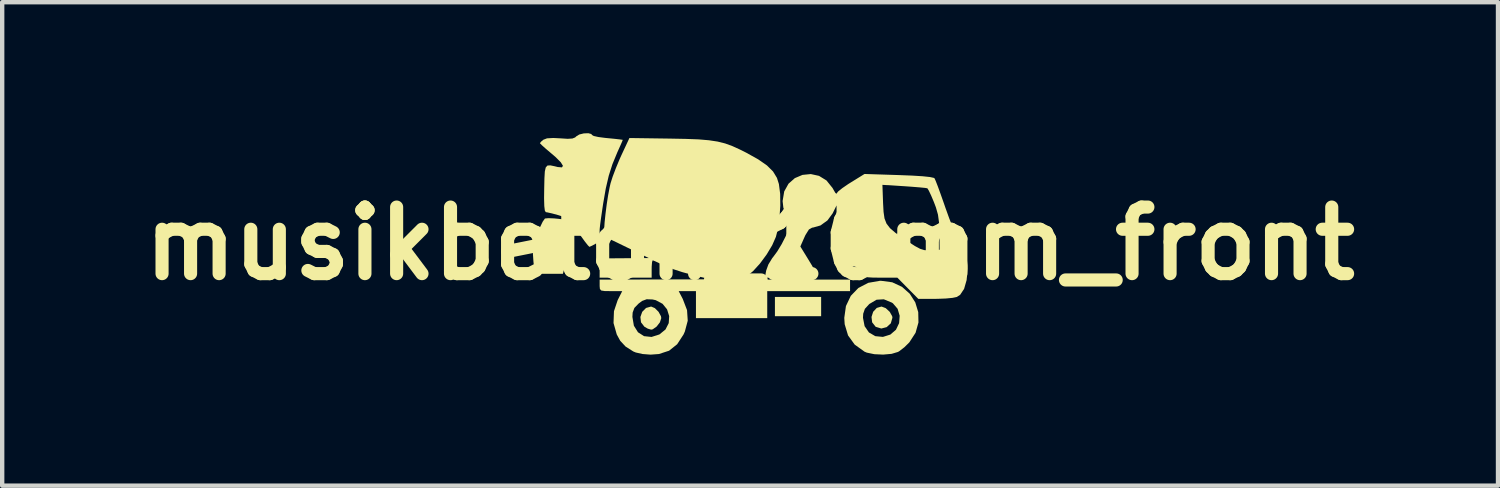
<source format=kicad_pcb>
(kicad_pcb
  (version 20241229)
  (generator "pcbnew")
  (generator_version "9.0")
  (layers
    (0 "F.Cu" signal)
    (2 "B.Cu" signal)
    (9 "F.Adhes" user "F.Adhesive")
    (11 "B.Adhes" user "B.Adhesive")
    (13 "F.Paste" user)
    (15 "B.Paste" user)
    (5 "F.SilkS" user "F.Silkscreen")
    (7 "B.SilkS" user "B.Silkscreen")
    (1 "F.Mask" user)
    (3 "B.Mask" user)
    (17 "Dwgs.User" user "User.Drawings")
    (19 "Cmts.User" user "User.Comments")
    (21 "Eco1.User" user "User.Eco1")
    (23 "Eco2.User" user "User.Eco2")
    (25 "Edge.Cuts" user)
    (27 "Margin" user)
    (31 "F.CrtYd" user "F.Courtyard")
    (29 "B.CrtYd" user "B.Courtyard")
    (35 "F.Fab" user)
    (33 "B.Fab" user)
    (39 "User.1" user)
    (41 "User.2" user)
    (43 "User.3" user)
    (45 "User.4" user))
  (footprint "musikbeton_10mm_front"
    (layer "F.Cu")
    (at 14.122 2.525)
    (property "Reference" "musikbeton_10mm_front" (at 0 0 0) (layer "F.SilkS") (effects (font (size 1.524 1.524) (thickness 0.3))))
    (attr board_only exclude_from_pos_files exclude_from_bom)
    (fp_poly (pts (xy 1.627 1.664) (xy 0.569 1.664) (xy 0.569 1.223) (xy 1.627 1.223)) (stroke (width 0) (type solid)) (fill yes) (layer "F.SilkS"))
    (fp_poly (pts (xy 3.105 1.479) (xy 3.198 1.565) (xy 3.254 1.666) (xy 3.259 1.699) (xy 3.222 1.827) (xy 3.128 1.914) (xy 3.005 1.946) (xy 2.879 1.908) (xy 2.872 1.903) (xy 2.795 1.805) (xy 2.78 1.682) (xy 2.818 1.563) (xy 2.901 1.474) (xy 3.009 1.443)) (stroke (width 0) (type solid)) (fill yes) (layer "F.SilkS"))
    (fp_poly (pts (xy -2.18 1.479) (xy -2.095 1.564) (xy -2.04 1.665) (xy -2.033 1.708) (xy -2.064 1.804) (xy -2.139 1.901) (xy -2.228 1.964) (xy -2.265 1.972) (xy -2.342 1.949) (xy -2.42 1.904) (xy -2.497 1.804) (xy -2.511 1.682) (xy -2.469 1.564) (xy -2.381 1.475) (xy -2.265 1.443)) (stroke (width 0) (type solid)) (fill yes) (layer "F.SilkS"))
    (fp_poly (pts (xy -4.489 -0.575) (xy -4.394 -0.566) (xy -4.155 -0.536) (xy -4.116 -0.307) (xy -4.103 -0.043) (xy -4.132 0.12) (xy -4.18 0.293) (xy -4.227 0.472) (xy -4.236 0.506) (xy -4.285 0.693) (xy -4.931 0.693) (xy -4.96 0.406) (xy -4.971 0.24) (xy -4.962 0.1) (xy -4.926 -0.051) (xy -4.871 -0.215) (xy -4.808 -0.375) (xy -4.748 -0.499) (xy -4.701 -0.567) (xy -4.693 -0.573) (xy -4.618 -0.58)) (stroke (width 0) (type solid)) (fill yes) (layer "F.SilkS"))
    (fp_poly (pts (xy 3.255 0.888) (xy 3.478 0.992) (xy 3.655 1.149) (xy 3.782 1.347) (xy 3.85 1.571) (xy 3.855 1.808) (xy 3.789 2.043) (xy 3.647 2.262) (xy 3.535 2.373) (xy 3.42 2.462) (xy 3.387 2.482) (xy 3.24 2.526) (xy 3.047 2.543) (xy 2.845 2.534) (xy 2.673 2.498) (xy 2.62 2.476) (xy 2.395 2.314) (xy 2.243 2.104) (xy 2.166 1.848) (xy 2.157 1.707) (xy 2.157 1.7) (xy 2.585 1.7) (xy 2.622 1.892) (xy 2.721 2.036) (xy 2.867 2.121) (xy 3.041 2.138) (xy 3.211 2.085) (xy 3.34 1.974) (xy 3.412 1.823) (xy 3.425 1.655) (xy 3.378 1.495) (xy 3.27 1.369) (xy 3.246 1.353) (xy 3.062 1.277) (xy 2.895 1.287) (xy 2.733 1.383) (xy 2.724 1.391) (xy 2.629 1.495) (xy 2.59 1.607) (xy 2.585 1.7) (xy 2.157 1.7) (xy 2.195 1.431) (xy 2.306 1.198) (xy 2.479 1.018) (xy 2.706 0.9) (xy 2.977 0.853) (xy 2.994 0.853)) (stroke (width 0) (type solid)) (fill yes) (layer "F.SilkS"))
    (fp_poly (pts (xy -3.634 -2.507) (xy -3.62 -2.485) (xy -3.58 -2.462) (xy -3.472 -2.438) (xy -3.318 -2.418) (xy -3.267 -2.413) (xy -3.104 -2.397) (xy -2.981 -2.383) (xy -2.918 -2.374) (xy -2.915 -2.372) (xy -2.931 -2.33) (xy -2.976 -2.228) (xy -3.039 -2.088) (xy -3.048 -2.066) (xy -3.152 -1.814) (xy -3.235 -1.553) (xy -3.304 -1.257) (xy -3.365 -0.904) (xy -3.381 -0.796) (xy -3.413 -0.576) (xy -3.433 -0.426) (xy -3.443 -0.328) (xy -3.445 -0.266) (xy -3.439 -0.221) (xy -3.426 -0.177) (xy -3.423 -0.166) (xy -3.424 -0.09) (xy -3.494 -0.021) (xy -3.525 -0.001) (xy -3.62 0.051) (xy -3.677 0.076) (xy -3.679 0.076) (xy -3.713 0.042) (xy -3.784 -0.048) (xy -3.879 -0.179) (xy -3.93 -0.253) (xy -4.044 -0.413) (xy -4.131 -0.516) (xy -4.212 -0.58) (xy -4.307 -0.623) (xy -4.392 -0.65) (xy -4.531 -0.688) (xy -4.638 -0.712) (xy -4.676 -0.718) (xy -4.698 -0.751) (xy -4.711 -0.856) (xy -4.716 -1.038) (xy -4.713 -1.258) (xy -4.708 -1.491) (xy -4.699 -1.648) (xy -4.678 -1.741) (xy -4.639 -1.785) (xy -4.572 -1.789) (xy -4.471 -1.768) (xy -4.403 -1.751) (xy -4.307 -1.743) (xy -4.284 -1.779) (xy -4.332 -1.858) (xy -4.449 -1.976) (xy -4.547 -2.06) (xy -4.671 -2.165) (xy -4.764 -2.248) (xy -4.809 -2.294) (xy -4.811 -2.298) (xy -4.78 -2.336) (xy -4.734 -2.375) (xy -4.649 -2.408) (xy -4.505 -2.416) (xy -4.347 -2.408) (xy -4.175 -2.397) (xy -4.067 -2.404) (xy -4.004 -2.429) (xy -3.978 -2.454) (xy -3.909 -2.496) (xy -3.807 -2.521) (xy -3.704 -2.525)) (stroke (width 0) (type solid)) (fill yes) (layer "F.SilkS"))
    (fp_poly (pts (xy -1.835 -2.402) (xy -1.471 -2.395) (xy -1.178 -2.384) (xy -0.942 -2.364) (xy -0.744 -2.334) (xy -0.571 -2.291) (xy -0.404 -2.23) (xy -0.229 -2.15) (xy -0.087 -2.079) (xy 0.187 -1.926) (xy 0.387 -1.787) (xy 0.526 -1.649) (xy 0.615 -1.503) (xy 0.66 -1.362) (xy 0.689 -1.137) (xy 0.692 -0.863) (xy 0.672 -0.574) (xy 0.63 -0.304) (xy 0.591 -0.152) (xy 0.507 0.039) (xy 0.379 0.252) (xy 0.227 0.458) (xy 0.069 0.632) (xy -0.044 0.725) (xy -0.194 0.826) (xy 2.289 0.826) (xy 2.289 1.09) (xy 0.393 1.09) (xy 0.393 1.708) (xy -1.239 1.708) (xy -1.239 1.09) (xy -1.634 1.09) (xy -1.541 1.269) (xy -1.443 1.525) (xy -1.427 1.768) (xy -1.493 2.015) (xy -1.523 2.082) (xy -1.669 2.306) (xy -1.854 2.454) (xy -2.087 2.53) (xy -2.279 2.544) (xy -2.46 2.53) (xy -2.616 2.495) (xy -2.672 2.472) (xy -2.85 2.359) (xy -2.972 2.228) (xy -3.052 2.082) (xy -3.126 1.821) (xy -3.121 1.68) (xy -2.694 1.68) (xy -2.66 1.882) (xy -2.566 2.032) (xy -2.427 2.121) (xy -2.256 2.139) (xy -2.076 2.082) (xy -1.936 1.968) (xy -1.862 1.822) (xy -1.852 1.662) (xy -1.9 1.508) (xy -2.004 1.38) (xy -2.16 1.297) (xy -2.233 1.281) (xy -2.368 1.276) (xy -2.472 1.315) (xy -2.553 1.376) (xy -2.649 1.475) (xy -2.688 1.58) (xy -2.694 1.68) (xy -3.121 1.68) (xy -3.116 1.549) (xy -3.031 1.296) (xy -2.927 1.09) (xy -3.185 1.09) (xy -3.33 1.088) (xy -3.407 1.076) (xy -3.438 1.041) (xy -3.444 0.975) (xy -3.444 0.958) (xy -3.444 0.826) (xy -2.176 0.823) (xy -0.908 0.82) (xy -1.338 0.714) (xy -1.551 0.655) (xy -1.76 0.587) (xy -1.931 0.522) (xy -1.987 0.496) (xy -2.111 0.435) (xy -2.201 0.395) (xy -2.23 0.385) (xy -2.244 0.424) (xy -2.252 0.524) (xy -2.253 0.583) (xy -2.253 0.782) (xy -3.444 0.782) (xy -3.444 0.341) (xy -2.882 0.337) (xy -2.319 0.333) (xy -2.804 0.096) (xy -2.995 0.003) (xy -3.157 -0.075) (xy -3.274 -0.131) (xy -3.329 -0.156) (xy -3.33 -0.156) (xy -3.342 -0.204) (xy -3.341 -0.32) (xy -3.33 -0.486) (xy -3.309 -0.685) (xy -3.282 -0.896) (xy -3.25 -1.103) (xy -3.215 -1.287) (xy -3.194 -1.379) (xy -3.146 -1.53) (xy -3.072 -1.726) (xy -2.985 -1.935) (xy -2.947 -2.019) (xy -2.762 -2.415)) (stroke (width 0) (type solid)) (fill yes) (layer "F.SilkS"))
    (fp_poly (pts (xy 3.402 -1.567) (xy 3.709 -1.555) (xy 3.95 -1.54) (xy 4.119 -1.522) (xy 4.209 -1.502) (xy 4.222 -1.494) (xy 4.248 -1.437) (xy 4.297 -1.312) (xy 4.361 -1.136) (xy 4.436 -0.924) (xy 4.469 -0.828) (xy 4.557 -0.583) (xy 4.65 -0.344) (xy 4.74 -0.135) (xy 4.814 0.02) (xy 4.829 0.046) (xy 4.916 0.209) (xy 4.961 0.345) (xy 4.978 0.499) (xy 4.979 0.581) (xy 4.958 0.836) (xy 4.9 1.038) (xy 4.809 1.175) (xy 4.732 1.224) (xy 4.637 1.244) (xy 4.483 1.259) (xy 4.297 1.266) (xy 4.236 1.267) (xy 3.851 1.267) (xy 3.372 0.782) (xy 2.994 0.782) (xy 2.811 0.78) (xy 2.695 0.773) (xy 2.625 0.752) (xy 2.58 0.713) (xy 2.538 0.649) (xy 2.442 0.543) (xy 2.358 0.517) (xy 2.239 0.508) (xy 2.118 0.489) (xy 1.98 0.462) (xy 1.98 -0.205) (xy 1.98 -0.872) (xy 1.889 -0.688) (xy 1.771 -0.528) (xy 1.611 -0.413) (xy 1.437 -0.364) (xy 1.422 -0.364) (xy 1.347 -0.321) (xy 1.267 -0.193) (xy 1.246 -0.147) (xy 1.151 0.068) (xy 1.323 0.348) (xy 1.423 0.513) (xy 1.481 0.63) (xy 1.489 0.707) (xy 1.439 0.752) (xy 1.322 0.774) (xy 1.132 0.781) (xy 0.917 0.782) (xy 0.339 0.782) (xy 0.369 0.618) (xy 0.419 0.48) (xy 0.506 0.337) (xy 0.536 0.299) (xy 0.624 0.179) (xy 0.724 0.013) (xy 0.813 -0.161) (xy 0.955 -0.466) (xy 0.85 -0.62) (xy 0.762 -0.819) (xy 0.745 -0.972) (xy 0.782 -1.193) (xy 0.88 -1.369) (xy 1.025 -1.497) (xy 1.2 -1.571) (xy 1.39 -1.59) (xy 1.578 -1.549) (xy 1.749 -1.444) (xy 1.888 -1.271) (xy 1.903 -1.244) (xy 1.951 -1.161) (xy 1.978 -1.137) (xy 1.98 -1.145) (xy 2.015 -1.19) (xy 2.109 -1.266) (xy 2.221 -1.343) (xy 3.03 -1.343) (xy 3.045 -0.924) (xy 3.056 -0.724) (xy 3.078 -0.573) (xy 3.124 -0.455) (xy 3.204 -0.351) (xy 3.331 -0.242) (xy 3.517 -0.111) (xy 3.608 -0.05) (xy 3.773 0.057) (xy 3.892 0.121) (xy 3.989 0.151) (xy 4.088 0.158) (xy 4.137 0.155) (xy 4.339 0.142) (xy 4.335 -0.255) (xy 4.326 -0.482) (xy 4.302 -0.66) (xy 4.255 -0.826) (xy 4.208 -0.95) (xy 4.146 -1.097) (xy 4.093 -1.209) (xy 4.061 -1.262) (xy 4.059 -1.264) (xy 4.006 -1.273) (xy 3.884 -1.285) (xy 3.711 -1.299) (xy 3.53 -1.312) (xy 3.03 -1.343) (xy 2.221 -1.343) (xy 2.244 -1.359) (xy 2.3 -1.394) (xy 2.62 -1.592)) (stroke (width 0) (type solid)) (fill yes) (layer "F.SilkS")))
  (gr_rect
    (start -3 -3)
    (end 31.245 8.069)
    (stroke (width 0.1) (type default))
    (fill no)
    (layer "Edge.Cuts")))
</source>
